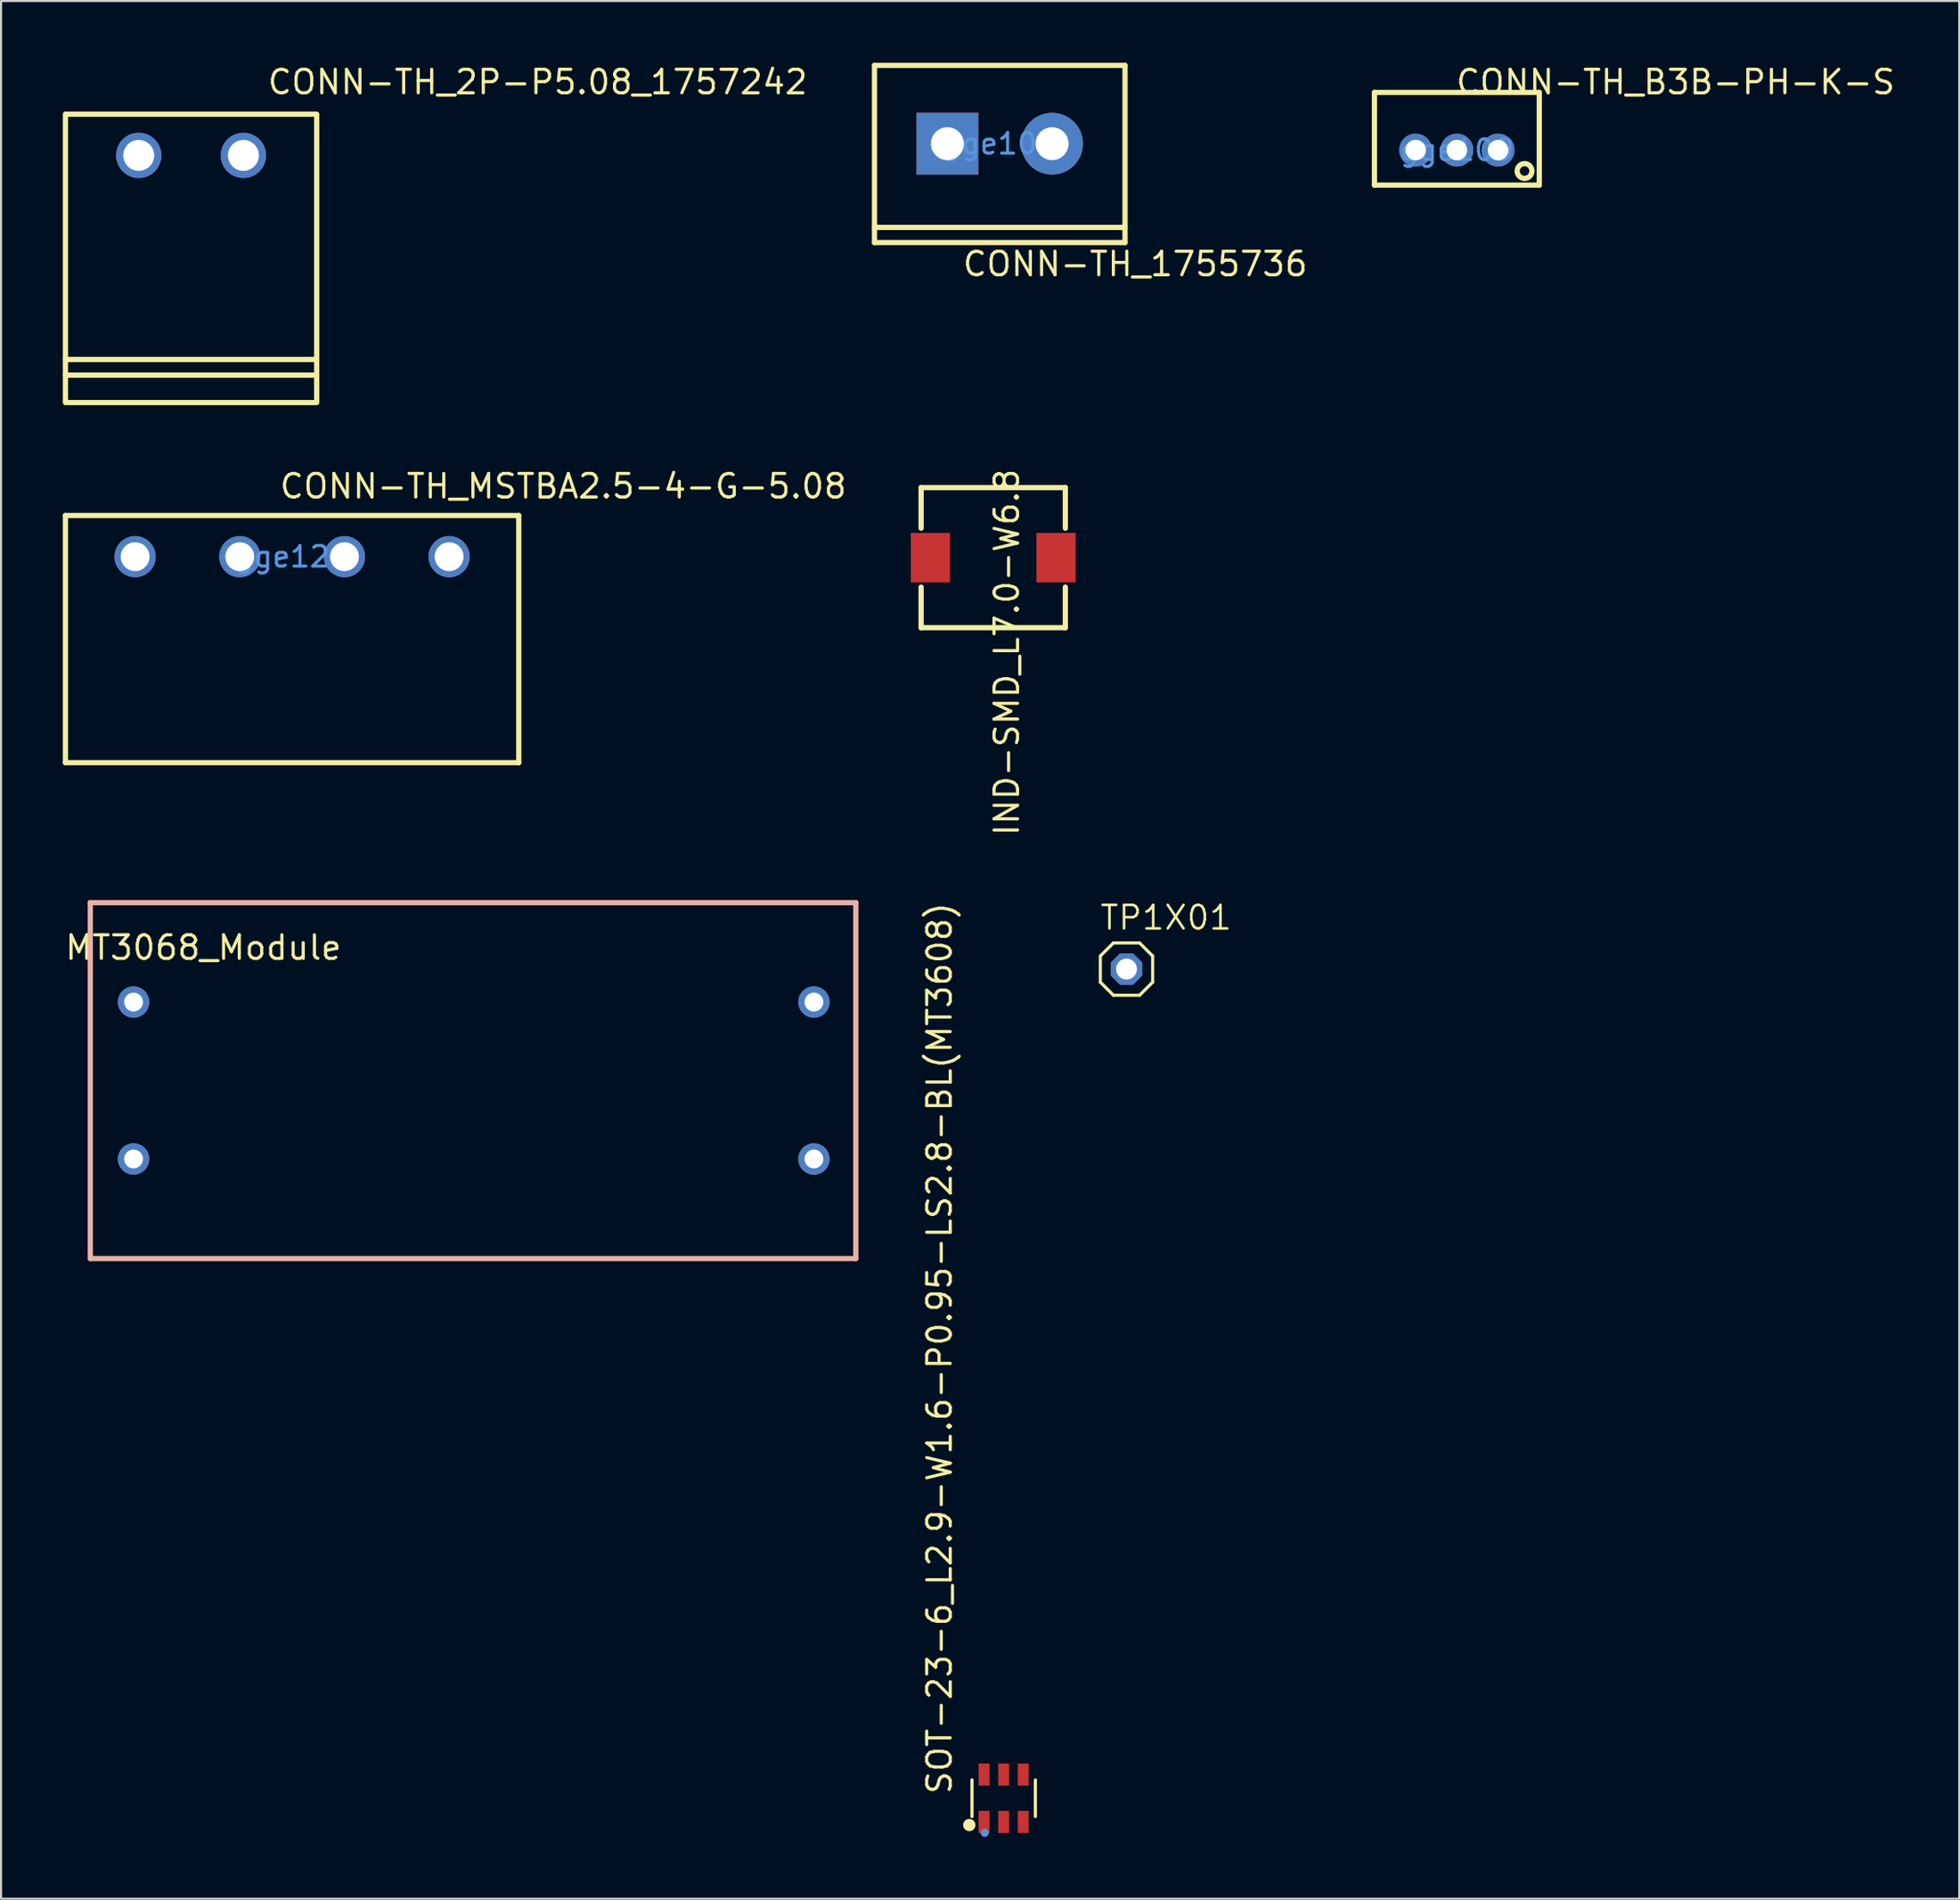
<source format=kicad_pcb>
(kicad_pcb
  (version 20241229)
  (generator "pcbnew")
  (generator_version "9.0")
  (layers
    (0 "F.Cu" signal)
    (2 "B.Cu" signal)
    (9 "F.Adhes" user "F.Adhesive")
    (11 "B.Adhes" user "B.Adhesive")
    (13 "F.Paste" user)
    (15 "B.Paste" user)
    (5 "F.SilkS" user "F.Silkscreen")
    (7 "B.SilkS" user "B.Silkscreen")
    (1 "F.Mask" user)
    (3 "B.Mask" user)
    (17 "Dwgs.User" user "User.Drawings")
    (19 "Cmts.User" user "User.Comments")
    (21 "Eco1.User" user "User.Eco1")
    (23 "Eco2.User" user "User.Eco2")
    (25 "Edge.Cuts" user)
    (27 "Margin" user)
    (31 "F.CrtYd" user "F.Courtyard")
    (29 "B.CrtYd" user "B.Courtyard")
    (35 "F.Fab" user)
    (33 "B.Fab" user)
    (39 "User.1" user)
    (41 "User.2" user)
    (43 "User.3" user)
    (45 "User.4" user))
  (footprint "CONN-TH_1755736"
    (layer "F.Cu")
    (at 45.47 3.927)
    (property "Reference" "CONN-TH_1755736" (at -1.88 5.842 0) (layer "F.SilkS") (effects (font (size 1.143 1.143) (thickness 0.152)) (justify left)))
    (attr through_hole)
    (fp_line (start -6.08 -3.8) (end -6.08 4.8) (stroke (width 0.254) (type solid)) (layer "F.SilkS"))
    (fp_line (start -6.08 -3.8) (end 6.08 -3.8) (stroke (width 0.254) (type solid)) (layer "F.SilkS"))
    (fp_line (start -6.08 4.064) (end 6.08 4.064) (stroke (width 0.254) (type solid)) (layer "F.SilkS"))
    (fp_line (start -6.08 4.8) (end 6.08 4.8) (stroke (width 0.254) (type solid)) (layer "F.SilkS"))
    (fp_line (start 6.08 -3.8) (end 6.08 4.8) (stroke (width 0.254) (type solid)) (layer "F.SilkS"))
    (fp_text user "gge100" (at 0 0 0) (layer "Cmts.User") (effects (font (size 1 1) (thickness 0.15))))
    (pad "1" thru_hole rect (at -2.54 0) (size 3 3) (drill 1.6) (layers "*.Cu" "*.Paste" "*.Mask"))
    (pad "2" thru_hole circle (at 2.54 0) (size 3 3) (drill 1.6) (layers "*.Cu" "*.Paste" "*.Mask")))
  (footprint "TP1X01"
    (layer "F.Cu")
    (at 51.621 44.001)
    (property "Reference" "TP1X01" (at -1.346 -1.829 0) (layer "F.SilkS") (effects (font (size 1.143 1.143) (thickness 0.127)) (justify left bottom)))
    (fp_line (start -1.27 -0.635) (end -1.27 0.635) (stroke (width 0.152) (type solid)) (layer "F.SilkS"))
    (fp_line (start -1.27 0.635) (end -0.635 1.27) (stroke (width 0.152) (type solid)) (layer "F.SilkS"))
    (fp_line (start -0.635 -1.27) (end -1.27 -0.635) (stroke (width 0.152) (type solid)) (layer "F.SilkS"))
    (fp_line (start -0.635 -1.27) (end 0.635 -1.27) (stroke (width 0.152) (type solid)) (layer "F.SilkS"))
    (fp_line (start 0.635 -1.27) (end 1.27 -0.635) (stroke (width 0.152) (type solid)) (layer "F.SilkS"))
    (fp_line (start 0.635 1.27) (end -0.635 1.27) (stroke (width 0.152) (type solid)) (layer "F.SilkS"))
    (fp_line (start 1.27 -0.635) (end 1.27 0.635) (stroke (width 0.152) (type solid)) (layer "F.SilkS"))
    (fp_line (start 1.27 0.635) (end 0.635 1.27) (stroke (width 0.152) (type solid)) (layer "F.SilkS"))
    (fp_poly (pts (xy -0.254 0.254) (xy 0.254 0.254) (xy 0.254 -0.254) (xy -0.254 -0.254)) (stroke (width 0.1) (type solid)) (fill no) (layer "F.Fab"))
    (pad "1" thru_hole roundrect (at 0 0) (size 1.524 1.524) (drill 1.016) (layers "*.Cu" "*.Mask") (roundrect_rratio 0.25) (chamfer_ratio 0.293) (chamfer top_left top_right bottom_left bottom_right)))
  (footprint "SOT-23-6_L2.9-W1.6-P0.95-LS2.8-BL(MT3608)"
    (layer "F.Cu")
    (at 45.66 84.257)
    (property "Reference" "SOT-23-6_L2.9-W1.6-P0.95-LS2.8-BL(MT3608)" (at -3.114 -0.111 90) (layer "F.SilkS") (effects (font (size 1.143 1.143) (thickness 0.152)) (justify left)))
    (attr smd)
    (fp_line (start -1.539 0.889) (end -1.539 -0.889) (stroke (width 0.152) (type solid)) (layer "F.SilkS"))
    (fp_line (start 1.539 0.889) (end 1.539 -0.889) (stroke (width 0.152) (type solid)) (layer "F.SilkS"))
    (fp_circle (center -1.668 1.301) (end -1.518 1.301) (stroke (width 0.3) (type solid)) (fill no) (layer "F.SilkS"))
    (fp_circle (center -0.92 1.68) (end -0.82 1.68) (stroke (width 0.2) (type solid)) (fill no) (layer "Cmts.User"))
    (pad "1" smd rect (at -0.95 1.149) (size 0.532 1.072) (layers "F.Cu" "F.Mask" "F.Paste"))
    (pad "2" smd rect (at 0 1.149) (size 0.532 1.072) (layers "F.Cu" "F.Mask" "F.Paste"))
    (pad "3" smd rect (at 0.95 1.149) (size 0.532 1.072) (layers "F.Cu" "F.Mask" "F.Paste"))
    (pad "4" smd rect (at 0.95 -1.149) (size 0.532 1.072) (layers "F.Cu" "F.Mask" "F.Paste"))
    (pad "5" smd rect (at 0 -1.149) (size 0.532 1.072) (layers "F.Cu" "F.Mask" "F.Paste"))
    (pad "6" smd rect (at -0.95 -1.149) (size 0.532 1.072) (layers "F.Cu" "F.Mask" "F.Paste")))
  (footprint "CONN-TH_2P-P5.08_1757242"
    (layer "F.Cu")
    (at 6.223 4.495)
    (property "Reference" "CONN-TH_2P-P5.08_1757242" (at 3.632 -3.56 0) (layer "F.SilkS") (effects (font (size 1.143 1.143) (thickness 0.152)) (justify left)))
    (attr through_hole)
    (fp_line (start -6.096 -2) (end -6.096 12) (stroke (width 0.254) (type solid)) (layer "F.SilkS"))
    (fp_line (start -6.096 9.907) (end 5.984 9.907) (stroke (width 0.254) (type solid)) (layer "F.SilkS"))
    (fp_line (start -6.096 10.669) (end 5.984 10.669) (stroke (width 0.254) (type solid)) (layer "F.SilkS"))
    (fp_line (start -6.04 -2) (end 6.04 -2) (stroke (width 0.254) (type solid)) (layer "F.SilkS"))
    (fp_line (start -6.04 12) (end 6.04 12) (stroke (width 0.254) (type solid)) (layer "F.SilkS"))
    (fp_line (start 6.096 -2) (end 6.096 12) (stroke (width 0.254) (type solid)) (layer "F.SilkS"))
    (pad "1" thru_hole circle (at -2.54 0) (size 2.2 2.2) (drill 1.5) (layers "*.Cu" "*.Paste" "*.Mask"))
    (pad "2" thru_hole circle (at 2.54 0) (size 2.2 2.2) (drill 1.5) (layers "*.Cu" "*.Paste" "*.Mask")))
  (footprint "CONN-TH_MSTBA2.5-4-G-5.08"
    (layer "F.Cu")
    (at 11.127 23.978)
    (property "Reference" "CONN-TH_MSTBA2.5-4-G-5.08" (at -0.686 -3.42 0) (layer "F.SilkS") (effects (font (size 1.143 1.143) (thickness 0.152)) (justify left)))
    (attr through_hole)
    (fp_line (start -11 -2) (end 11 -2) (stroke (width 0.254) (type solid)) (layer "F.SilkS"))
    (fp_line (start -11 10) (end -11 -2) (stroke (width 0.254) (type solid)) (layer "F.SilkS"))
    (fp_line (start 11 -2) (end 11 10) (stroke (width 0.254) (type solid)) (layer "F.SilkS"))
    (fp_line (start 11 10) (end -11 10) (stroke (width 0.254) (type solid)) (layer "F.SilkS"))
    (fp_text user "gge124" (at 0 0 0) (layer "Cmts.User") (effects (font (size 1 1) (thickness 0.15))))
    (pad "1" thru_hole circle (at 7.62 0 180) (size 2 2) (drill 1.4) (layers "*.Cu" "*.Paste" "*.Mask"))
    (pad "2" thru_hole circle (at 2.54 0 180) (size 2 2) (drill 1.4) (layers "*.Cu" "*.Paste" "*.Mask"))
    (pad "3" thru_hole circle (at -2.54 0 180) (size 2 2) (drill 1.4) (layers "*.Cu" "*.Paste" "*.Mask"))
    (pad "4" thru_hole circle (at -7.62 0 180) (size 2 2) (drill 1.4) (layers "*.Cu" "*.Paste" "*.Mask")))
  (footprint "IND-SMD_L7.0-W6.8"
    (layer "F.Cu")
    (at 45.153 24.026)
    (property "Reference" "IND-SMD_L7.0-W6.8" (at 0.66 -4.404 270) (layer "F.SilkS") (effects (font (size 1.143 1.143) (thickness 0.152)) (justify right)))
    (attr smd)
    (fp_line (start -3.5 -3.4) (end -3.5 -1.431) (stroke (width 0.254) (type solid)) (layer "F.SilkS"))
    (fp_line (start -3.5 1.431) (end -3.5 3.4) (stroke (width 0.254) (type solid)) (layer "F.SilkS"))
    (fp_line (start -3.5 3.4) (end 3.5 3.4) (stroke (width 0.254) (type solid)) (layer "F.SilkS"))
    (fp_line (start 3.5 -3.4) (end -3.5 -3.4) (stroke (width 0.254) (type solid)) (layer "F.SilkS"))
    (fp_line (start 3.5 -1.431) (end 3.5 -3.4) (stroke (width 0.254) (type solid)) (layer "F.SilkS"))
    (fp_line (start 3.5 3.4) (end 3.5 1.431) (stroke (width 0.254) (type solid)) (layer "F.SilkS"))
    (pad "1" smd rect (at 3.048 0) (size 1.9 2.4) (layers "F.Cu" "F.Mask" "F.Paste"))
    (pad "2" smd rect (at -3.048 0) (size 1.9 2.4) (layers "F.Cu" "F.Mask" "F.Paste")))
  (footprint "MT3068_Module"
    (layer "F.Cu")
    (at 21.211 48.141)
    (property "Reference" "MT3068_Module" (at -7.595 -5.182 0) (layer "F.SilkS") (effects (font (size 1.143 1.143) (thickness 0.152)) (justify right)))
    (attr through_hole)
    (fp_line (start -19.878 -7.366) (end -19.878 9.914) (stroke (width 0.254) (type solid)) (layer "B.SilkS"))
    (fp_line (start -19.878 9.914) (end 17.272 9.914) (stroke (width 0.254) (type solid)) (layer "B.SilkS"))
    (fp_line (start 17.272 -7.366) (end -19.878 -7.366) (stroke (width 0.254) (type solid)) (layer "B.SilkS"))
    (fp_line (start 17.272 9.914) (end 17.272 -7.366) (stroke (width 0.254) (type solid)) (layer "B.SilkS"))
    (pad "1" thru_hole circle (at -17.78 -2.54) (size 1.524 1.524) (drill 0.914) (layers "*.Cu" "*.Paste" "*.Mask"))
    (pad "2" thru_hole circle (at -17.78 5.08) (size 1.524 1.524) (drill 0.914) (layers "*.Cu" "*.Paste" "*.Mask"))
    (pad "3" thru_hole circle (at 15.24 -2.54) (size 1.524 1.524) (drill 0.914) (layers "*.Cu" "*.Paste" "*.Mask"))
    (pad "4" thru_hole circle (at 15.24 5.08) (size 1.524 1.524) (drill 0.914) (layers "*.Cu" "*.Paste" "*.Mask")))
  (footprint "CONN-TH_B3B-PH-K-S"
    (layer "F.Cu")
    (at 67.654 4.237)
    (property "Reference" "CONN-TH_B3B-PH-K-S" (at -0.127 -3.302 0) (layer "F.SilkS") (effects (font (size 1.143 1.143) (thickness 0.152)) (justify left)))
    (attr through_hole)
    (fp_line (start -4 -2.8) (end 4 -2.8) (stroke (width 0.254) (type solid)) (layer "F.SilkS"))
    (fp_line (start -4 1.7) (end -4 -2.8) (stroke (width 0.254) (type solid)) (layer "F.SilkS"))
    (fp_line (start 4 -2.8) (end 4 1.7) (stroke (width 0.254) (type solid)) (layer "F.SilkS"))
    (fp_line (start 4 1.7) (end -4 1.7) (stroke (width 0.254) (type solid)) (layer "F.SilkS"))
    (fp_circle (center 3.286 1.016) (end 3.645 1.016) (stroke (width 0.254) (type solid)) (fill no) (layer "F.SilkS"))
    (fp_text user "gge109" (at 0 0 0) (layer "Cmts.User") (effects (font (size 1 1) (thickness 0.15))))
    (pad "1" thru_hole circle (at 2 0 180) (size 1.6 1.6) (drill 1) (layers "*.Cu" "*.Paste" "*.Mask"))
    (pad "2" thru_hole circle (at 0 0 180) (size 1.6 1.6) (drill 1) (layers "*.Cu" "*.Paste" "*.Mask"))
    (pad "3" thru_hole circle (at -2 0 180) (size 1.6 1.6) (drill 1) (layers "*.Cu" "*.Paste" "*.Mask")))
  (gr_rect
    (start -3 -3)
    (end 92.036 89.137)
    (stroke (width 0.1) (type default))
    (fill no)
    (layer "Edge.Cuts")))
</source>
